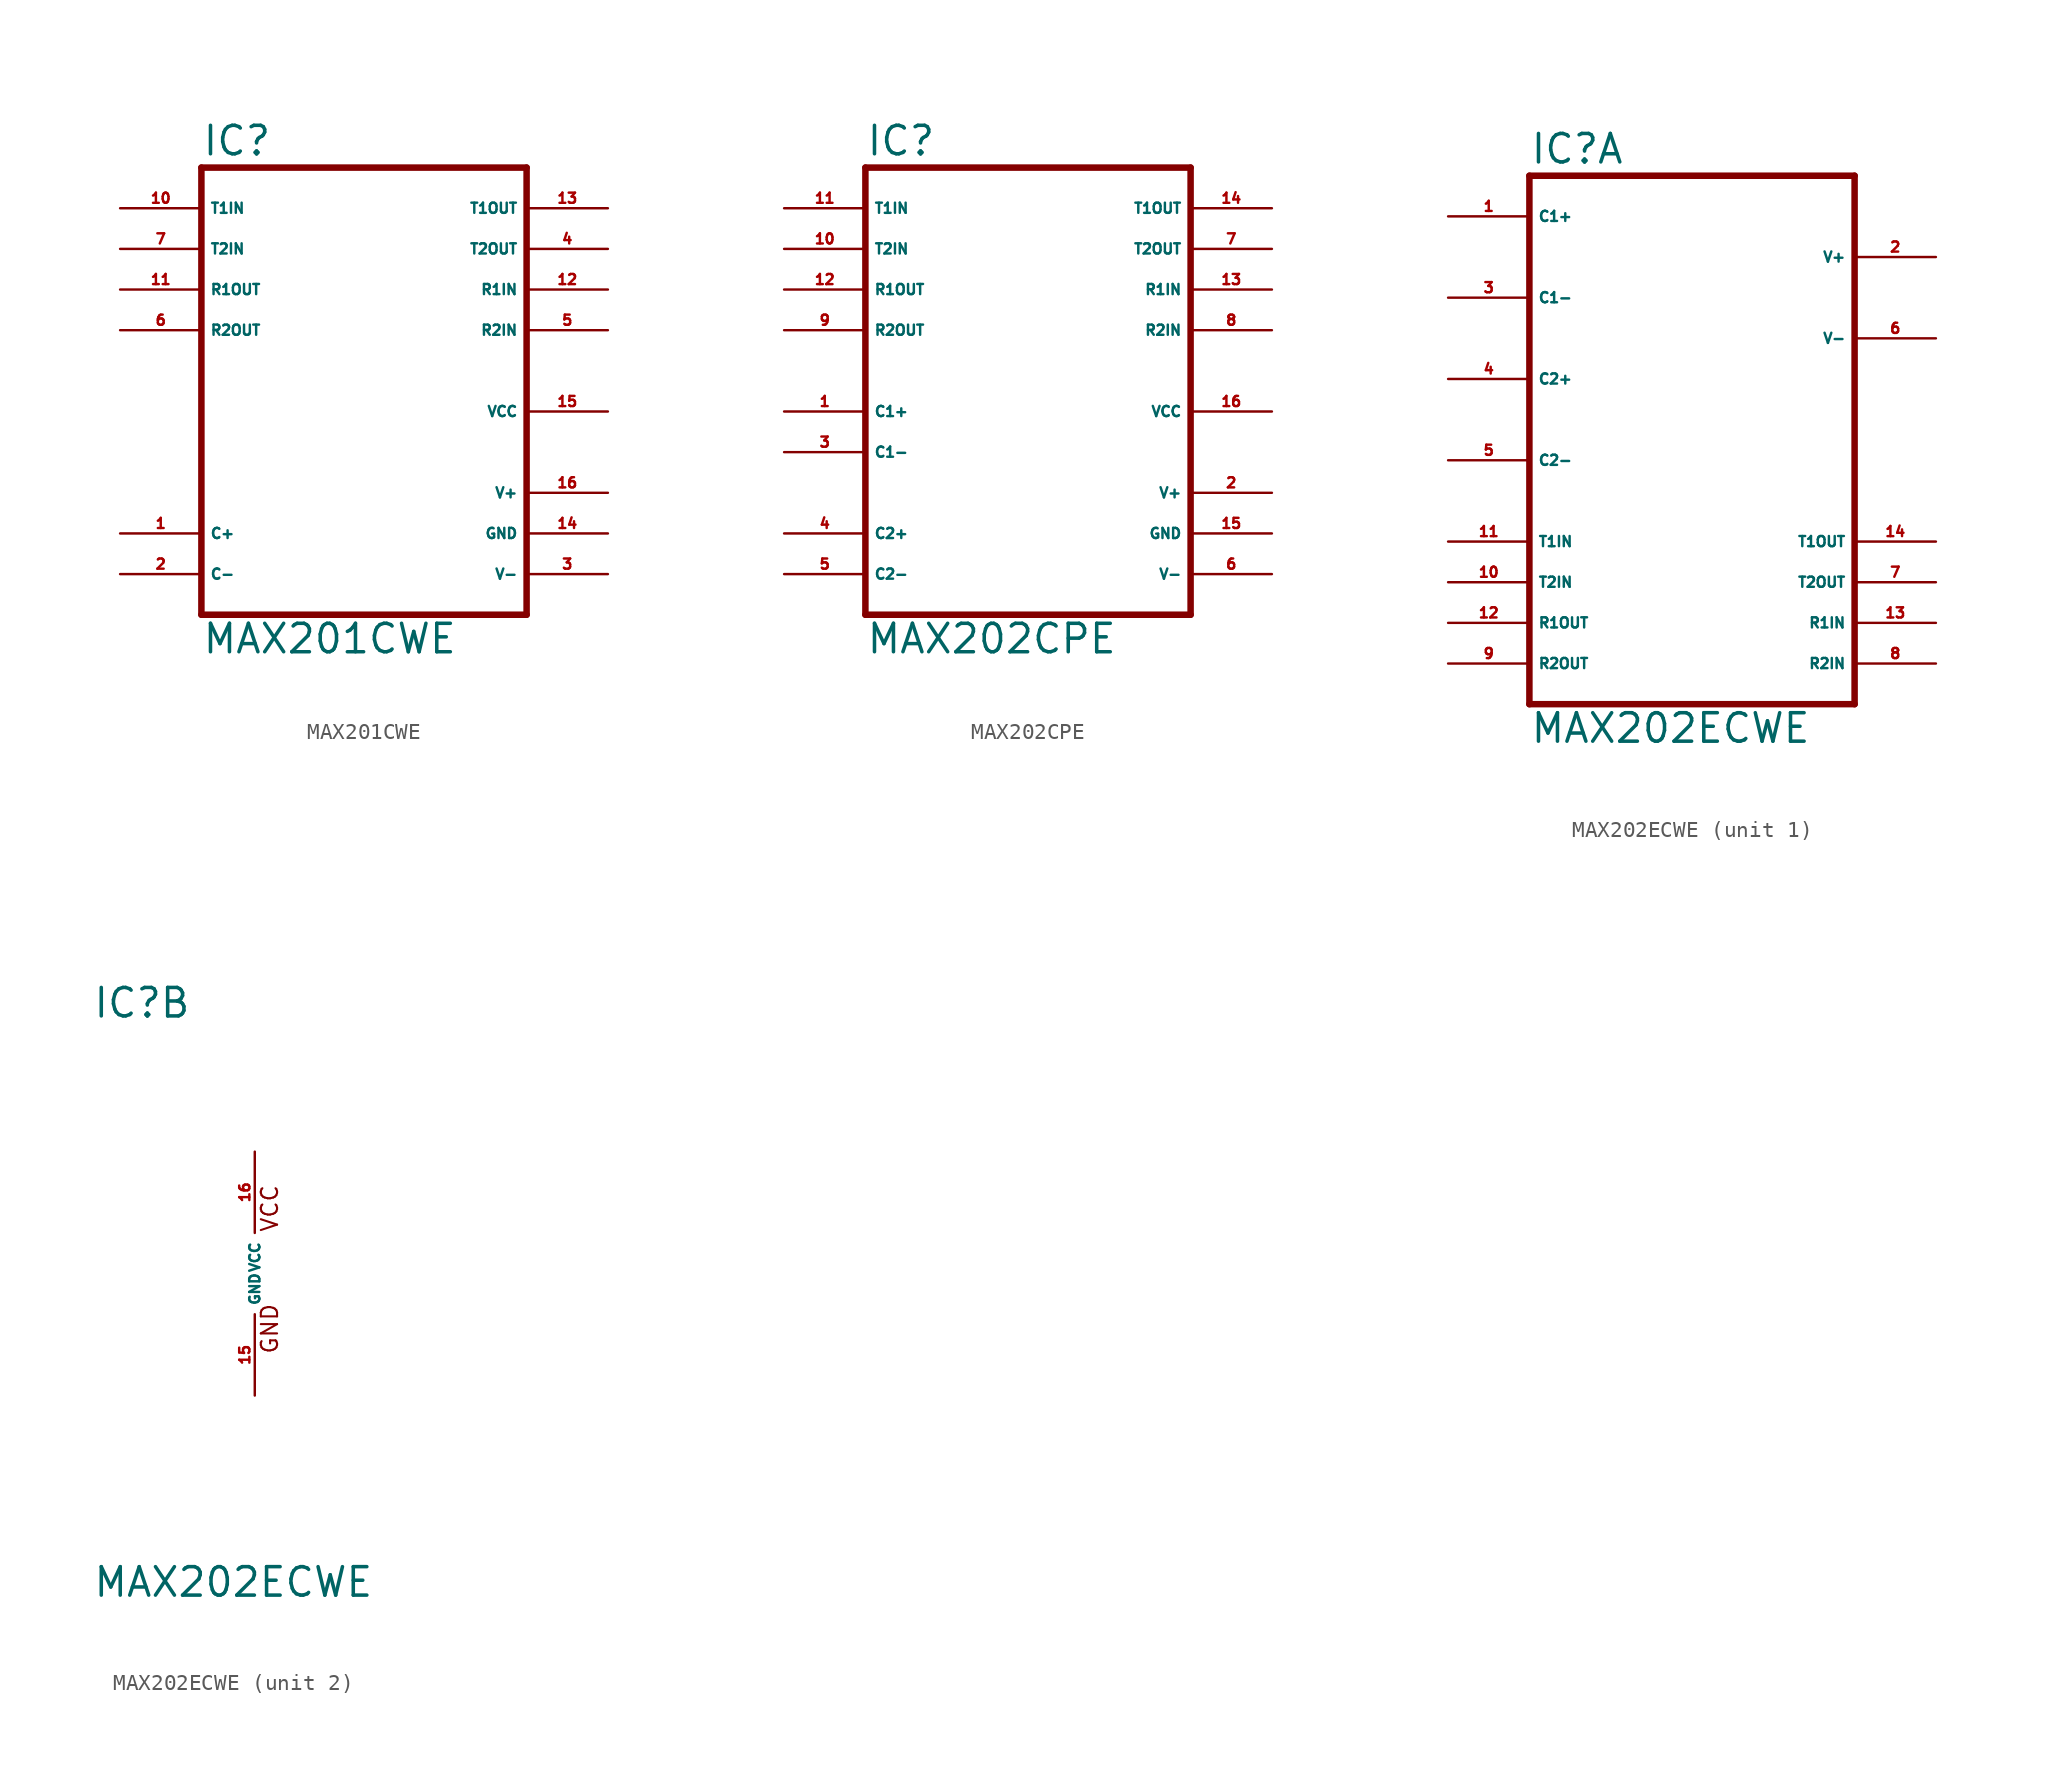
<source format=kicad_sym>
(kicad_symbol_lib
  (version 20220914)
  (generator Eagle2Kicad)
  (symbol "MAX201CWE"
    (property "Reference" "IC"
      (at -10.16 13.335 0)
      (effects (font (size 1.778 1.778) (thickness 0.22)) (justify left bottom)))
    (property "Value" "MAX201CWE"
      (at -10.16 -17.78 0)
      (effects (font (size 1.778 1.778) (thickness 0.22)) (justify left bottom)))
    (polyline
      (pts (xy 10.16 -15.24) (xy -10.16 -15.24))
      (stroke (width 0.406) (type default))
      (fill (type none)))
    (polyline
      (pts (xy -10.16 12.7) (xy -10.16 -15.24))
      (stroke (width 0.406) (type default))
      (fill (type none)))
    (polyline
      (pts (xy -10.16 12.7) (xy 10.16 12.7))
      (stroke (width 0.406) (type default))
      (fill (type none)))
    (polyline
      (pts (xy 10.16 -15.24) (xy 10.16 12.7))
      (stroke (width 0.406) (type default))
      (fill (type none)))
    (pin input line
      (at 15.24 5.08 180)
      (length 5.08)
      (name "R1IN" (effects (font (size 0.635 0.635) (thickness 0.08)) (justify left bottom)))
      (number "12" (effects (font (size 0.635 0.635) (thickness 0.08)) (justify left bottom))))
    (pin input line
      (at 15.24 2.54 180)
      (length 5.08)
      (name "R2IN" (effects (font (size 0.635 0.635) (thickness 0.08)) (justify left bottom)))
      (number "5" (effects (font (size 0.635 0.635) (thickness 0.08)) (justify left bottom))))
    (pin input line
      (at -15.24 10.16 0)
      (length 5.08)
      (name "T1IN" (effects (font (size 0.635 0.635) (thickness 0.08)) (justify left bottom)))
      (number "10" (effects (font (size 0.635 0.635) (thickness 0.08)) (justify left bottom))))
    (pin input line
      (at -15.24 7.62 0)
      (length 5.08)
      (name "T2IN" (effects (font (size 0.635 0.635) (thickness 0.08)) (justify left bottom)))
      (number "7" (effects (font (size 0.635 0.635) (thickness 0.08)) (justify left bottom))))
    (pin output line
      (at 15.24 10.16 180)
      (length 5.08)
      (name "T1OUT" (effects (font (size 0.635 0.635) (thickness 0.08)) (justify left bottom)))
      (number "13" (effects (font (size 0.635 0.635) (thickness 0.08)) (justify left bottom))))
    (pin unspecified line
      (at 15.24 -10.16 180)
      (length 5.08)
      (name "GND" (effects (font (size 0.635 0.635) (thickness 0.08)) (justify left bottom)))
      (number "14" (effects (font (size 0.635 0.635) (thickness 0.08)) (justify left bottom))))
    (pin unspecified line
      (at 15.24 -12.7 180)
      (length 5.08)
      (name "V-" (effects (font (size 0.635 0.635) (thickness 0.08)) (justify left bottom)))
      (number "3" (effects (font (size 0.635 0.635) (thickness 0.08)) (justify left bottom))))
    (pin unspecified line
      (at 15.24 -2.54 180)
      (length 5.08)
      (name "VCC" (effects (font (size 0.635 0.635) (thickness 0.08)) (justify left bottom)))
      (number "15" (effects (font (size 0.635 0.635) (thickness 0.08)) (justify left bottom))))
    (pin passive line
      (at -15.24 -12.7 0)
      (length 5.08)
      (name "C-" (effects (font (size 0.635 0.635) (thickness 0.08)) (justify left bottom)))
      (number "2" (effects (font (size 0.635 0.635) (thickness 0.08)) (justify left bottom))))
    (pin passive line
      (at -15.24 -10.16 0)
      (length 5.08)
      (name "C+" (effects (font (size 0.635 0.635) (thickness 0.08)) (justify left bottom)))
      (number "1" (effects (font (size 0.635 0.635) (thickness 0.08)) (justify left bottom))))
    (pin output line
      (at 15.24 7.62 180)
      (length 5.08)
      (name "T2OUT" (effects (font (size 0.635 0.635) (thickness 0.08)) (justify left bottom)))
      (number "4" (effects (font (size 0.635 0.635) (thickness 0.08)) (justify left bottom))))
    (pin output line
      (at -15.24 2.54 0)
      (length 5.08)
      (name "R2OUT" (effects (font (size 0.635 0.635) (thickness 0.08)) (justify left bottom)))
      (number "6" (effects (font (size 0.635 0.635) (thickness 0.08)) (justify left bottom))))
    (pin unspecified line
      (at 15.24 -7.62 180)
      (length 5.08)
      (name "V+" (effects (font (size 0.635 0.635) (thickness 0.08)) (justify left bottom)))
      (number "16" (effects (font (size 0.635 0.635) (thickness 0.08)) (justify left bottom))))
    (pin output line
      (at -15.24 5.08 0)
      (length 5.08)
      (name "R1OUT" (effects (font (size 0.635 0.635) (thickness 0.08)) (justify left bottom)))
      (number "11" (effects (font (size 0.635 0.635) (thickness 0.08)) (justify left bottom)))))
  (symbol "MAX202CPE"
    (property "Reference" "IC"
      (at -10.16 13.335 0)
      (effects (font (size 1.778 1.778) (thickness 0.22)) (justify left bottom)))
    (property "Value" "MAX202CPE"
      (at -10.16 -17.78 0)
      (effects (font (size 1.778 1.778) (thickness 0.22)) (justify left bottom)))
    (polyline
      (pts (xy 10.16 -15.24) (xy -10.16 -15.24))
      (stroke (width 0.406) (type default))
      (fill (type none)))
    (polyline
      (pts (xy -10.16 12.7) (xy -10.16 -15.24))
      (stroke (width 0.406) (type default))
      (fill (type none)))
    (polyline
      (pts (xy -10.16 12.7) (xy 10.16 12.7))
      (stroke (width 0.406) (type default))
      (fill (type none)))
    (polyline
      (pts (xy 10.16 -15.24) (xy 10.16 12.7))
      (stroke (width 0.406) (type default))
      (fill (type none)))
    (pin input line
      (at 15.24 5.08 180)
      (length 5.08)
      (name "R1IN" (effects (font (size 0.635 0.635) (thickness 0.08)) (justify left bottom)))
      (number "13" (effects (font (size 0.635 0.635) (thickness 0.08)) (justify left bottom))))
    (pin input line
      (at 15.24 2.54 180)
      (length 5.08)
      (name "R2IN" (effects (font (size 0.635 0.635) (thickness 0.08)) (justify left bottom)))
      (number "8" (effects (font (size 0.635 0.635) (thickness 0.08)) (justify left bottom))))
    (pin input line
      (at -15.24 10.16 0)
      (length 5.08)
      (name "T1IN" (effects (font (size 0.635 0.635) (thickness 0.08)) (justify left bottom)))
      (number "11" (effects (font (size 0.635 0.635) (thickness 0.08)) (justify left bottom))))
    (pin input line
      (at -15.24 7.62 0)
      (length 5.08)
      (name "T2IN" (effects (font (size 0.635 0.635) (thickness 0.08)) (justify left bottom)))
      (number "10" (effects (font (size 0.635 0.635) (thickness 0.08)) (justify left bottom))))
    (pin output line
      (at 15.24 10.16 180)
      (length 5.08)
      (name "T1OUT" (effects (font (size 0.635 0.635) (thickness 0.08)) (justify left bottom)))
      (number "14" (effects (font (size 0.635 0.635) (thickness 0.08)) (justify left bottom))))
    (pin unspecified line
      (at 15.24 -10.16 180)
      (length 5.08)
      (name "GND" (effects (font (size 0.635 0.635) (thickness 0.08)) (justify left bottom)))
      (number "15" (effects (font (size 0.635 0.635) (thickness 0.08)) (justify left bottom))))
    (pin unspecified line
      (at 15.24 -12.7 180)
      (length 5.08)
      (name "V-" (effects (font (size 0.635 0.635) (thickness 0.08)) (justify left bottom)))
      (number "6" (effects (font (size 0.635 0.635) (thickness 0.08)) (justify left bottom))))
    (pin unspecified line
      (at 15.24 -2.54 180)
      (length 5.08)
      (name "VCC" (effects (font (size 0.635 0.635) (thickness 0.08)) (justify left bottom)))
      (number "16" (effects (font (size 0.635 0.635) (thickness 0.08)) (justify left bottom))))
    (pin passive line
      (at -15.24 -5.08 0)
      (length 5.08)
      (name "C1-" (effects (font (size 0.635 0.635) (thickness 0.08)) (justify left bottom)))
      (number "3" (effects (font (size 0.635 0.635) (thickness 0.08)) (justify left bottom))))
    (pin passive line
      (at -15.24 -2.54 0)
      (length 5.08)
      (name "C1+" (effects (font (size 0.635 0.635) (thickness 0.08)) (justify left bottom)))
      (number "1" (effects (font (size 0.635 0.635) (thickness 0.08)) (justify left bottom))))
    (pin output line
      (at 15.24 7.62 180)
      (length 5.08)
      (name "T2OUT" (effects (font (size 0.635 0.635) (thickness 0.08)) (justify left bottom)))
      (number "7" (effects (font (size 0.635 0.635) (thickness 0.08)) (justify left bottom))))
    (pin output line
      (at -15.24 2.54 0)
      (length 5.08)
      (name "R2OUT" (effects (font (size 0.635 0.635) (thickness 0.08)) (justify left bottom)))
      (number "9" (effects (font (size 0.635 0.635) (thickness 0.08)) (justify left bottom))))
    (pin unspecified line
      (at 15.24 -7.62 180)
      (length 5.08)
      (name "V+" (effects (font (size 0.635 0.635) (thickness 0.08)) (justify left bottom)))
      (number "2" (effects (font (size 0.635 0.635) (thickness 0.08)) (justify left bottom))))
    (pin output line
      (at -15.24 5.08 0)
      (length 5.08)
      (name "R1OUT" (effects (font (size 0.635 0.635) (thickness 0.08)) (justify left bottom)))
      (number "12" (effects (font (size 0.635 0.635) (thickness 0.08)) (justify left bottom))))
    (pin passive line
      (at -15.24 -10.16 0)
      (length 5.08)
      (name "C2+" (effects (font (size 0.635 0.635) (thickness 0.08)) (justify left bottom)))
      (number "4" (effects (font (size 0.635 0.635) (thickness 0.08)) (justify left bottom))))
    (pin passive line
      (at -15.24 -12.7 0)
      (length 5.08)
      (name "C2-" (effects (font (size 0.635 0.635) (thickness 0.08)) (justify left bottom)))
      (number "5" (effects (font (size 0.635 0.635) (thickness 0.08)) (justify left bottom)))))
  (symbol "MAX202ECWE"
    (property "Reference" "IC"
      (at -10.16 15.875 0)
      (effects (font (size 1.778 1.778) (thickness 0.22)) (justify left bottom)))
    (property "Value" "MAX202ECWE"
      (at -10.16 -20.32 0)
      (effects (font (size 1.778 1.778) (thickness 0.22)) (justify left bottom)))
    (symbol "MAX202ECWE_1_0"
      (polyline (pts (xy -10.16 15.24) (xy 10.16 15.24)) (stroke (width 0.406) (type default)) (fill (type none)))
      (polyline (pts (xy 10.16 -17.78) (xy 10.16 15.24)) (stroke (width 0.406) (type default)) (fill (type none)))
      (polyline (pts (xy 10.16 -17.78) (xy -10.16 -17.78)) (stroke (width 0.406) (type default)) (fill (type none)))
      (polyline (pts (xy -10.16 15.24) (xy -10.16 -17.78)) (stroke (width 0.406) (type default)) (fill (type none)))
      (pin bidirectional line (at -15.24 12.7 0) (length 5.08) (name "C1+" (effects (font (size 0.635 0.635) (thickness 0.08)) (justify left bottom))) (number "1" (effects (font (size 0.635 0.635) (thickness 0.08)) (justify left bottom))))
      (pin bidirectional line (at -15.24 7.62 0) (length 5.08) (name "C1-" (effects (font (size 0.635 0.635) (thickness 0.08)) (justify left bottom))) (number "3" (effects (font (size 0.635 0.635) (thickness 0.08)) (justify left bottom))))
      (pin bidirectional line (at -15.24 2.54 0) (length 5.08) (name "C2+" (effects (font (size 0.635 0.635) (thickness 0.08)) (justify left bottom))) (number "4" (effects (font (size 0.635 0.635) (thickness 0.08)) (justify left bottom))))
      (pin bidirectional line (at -15.24 -2.54 0) (length 5.08) (name "C2-" (effects (font (size 0.635 0.635) (thickness 0.08)) (justify left bottom))) (number "5" (effects (font (size 0.635 0.635) (thickness 0.08)) (justify left bottom))))
      (pin input line (at -15.24 -7.62 0) (length 5.08) (name "T1IN" (effects (font (size 0.635 0.635) (thickness 0.08)) (justify left bottom))) (number "11" (effects (font (size 0.635 0.635) (thickness 0.08)) (justify left bottom))))
      (pin input line (at -15.24 -10.16 0) (length 5.08) (name "T2IN" (effects (font (size 0.635 0.635) (thickness 0.08)) (justify left bottom))) (number "10" (effects (font (size 0.635 0.635) (thickness 0.08)) (justify left bottom))))
      (pin output line (at -15.24 -12.7 0) (length 5.08) (name "R1OUT" (effects (font (size 0.635 0.635) (thickness 0.08)) (justify left bottom))) (number "12" (effects (font (size 0.635 0.635) (thickness 0.08)) (justify left bottom))))
      (pin output line (at -15.24 -15.24 0) (length 5.08) (name "R2OUT" (effects (font (size 0.635 0.635) (thickness 0.08)) (justify left bottom))) (number "9" (effects (font (size 0.635 0.635) (thickness 0.08)) (justify left bottom))))
      (pin bidirectional line (at 15.24 10.16 180) (length 5.08) (name "V+" (effects (font (size 0.635 0.635) (thickness 0.08)) (justify left bottom))) (number "2" (effects (font (size 0.635 0.635) (thickness 0.08)) (justify left bottom))))
      (pin bidirectional line (at 15.24 5.08 180) (length 5.08) (name "V-" (effects (font (size 0.635 0.635) (thickness 0.08)) (justify left bottom))) (number "6" (effects (font (size 0.635 0.635) (thickness 0.08)) (justify left bottom))))
      (pin output line (at 15.24 -7.62 180) (length 5.08) (name "T1OUT" (effects (font (size 0.635 0.635) (thickness 0.08)) (justify left bottom))) (number "14" (effects (font (size 0.635 0.635) (thickness 0.08)) (justify left bottom))))
      (pin output line (at 15.24 -10.16 180) (length 5.08) (name "T2OUT" (effects (font (size 0.635 0.635) (thickness 0.08)) (justify left bottom))) (number "7" (effects (font (size 0.635 0.635) (thickness 0.08)) (justify left bottom))))
      (pin input line (at 15.24 -12.7 180) (length 5.08) (name "R1IN" (effects (font (size 0.635 0.635) (thickness 0.08)) (justify left bottom))) (number "13" (effects (font (size 0.635 0.635) (thickness 0.08)) (justify left bottom))))
      (pin input line (at 15.24 -15.24 180) (length 5.08) (name "R2IN" (effects (font (size 0.635 0.635) (thickness 0.08)) (justify left bottom))) (number "8" (effects (font (size 0.635 0.635) (thickness 0.08)) (justify left bottom)))))
    (symbol "MAX202ECWE_2_0"
      (text "GND" (at 1.524 -5.08 900) (effects (font (size 1.016 1.016) (thickness 0.13)) (justify left bottom)))
      (text "VCC" (at 1.524 2.54 900) (effects (font (size 1.016 1.016) (thickness 0.13)) (justify left bottom)))
      (pin unspecified line (at 0 7.62 270) (length 5.08) (name "VCC" (effects (font (size 0.635 0.635) (thickness 0.08)) (justify left bottom))) (number "16" (effects (font (size 0.635 0.635) (thickness 0.08)) (justify left bottom))))
      (pin unspecified line (at 0 -7.62 90) (length 5.08) (name "GND" (effects (font (size 0.635 0.635) (thickness 0.08)) (justify left bottom))) (number "15" (effects (font (size 0.635 0.635) (thickness 0.08)) (justify left bottom)))))))
</source>
